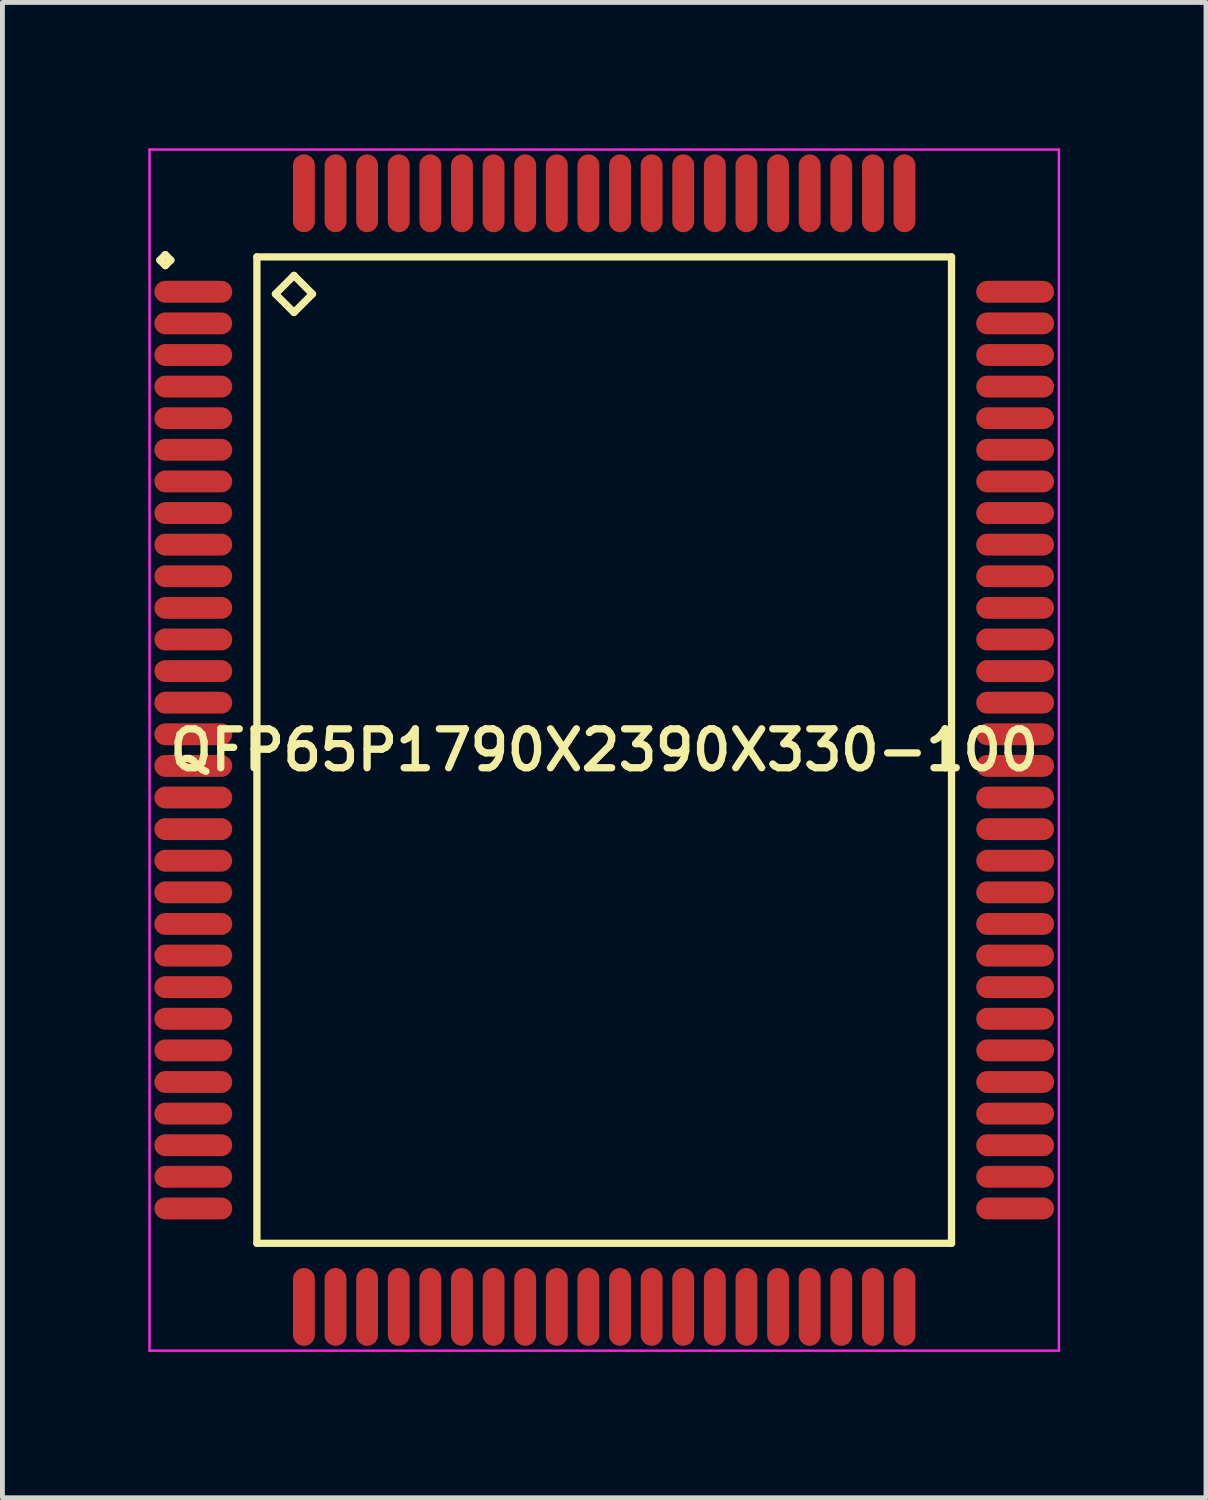
<source format=kicad_pcb>
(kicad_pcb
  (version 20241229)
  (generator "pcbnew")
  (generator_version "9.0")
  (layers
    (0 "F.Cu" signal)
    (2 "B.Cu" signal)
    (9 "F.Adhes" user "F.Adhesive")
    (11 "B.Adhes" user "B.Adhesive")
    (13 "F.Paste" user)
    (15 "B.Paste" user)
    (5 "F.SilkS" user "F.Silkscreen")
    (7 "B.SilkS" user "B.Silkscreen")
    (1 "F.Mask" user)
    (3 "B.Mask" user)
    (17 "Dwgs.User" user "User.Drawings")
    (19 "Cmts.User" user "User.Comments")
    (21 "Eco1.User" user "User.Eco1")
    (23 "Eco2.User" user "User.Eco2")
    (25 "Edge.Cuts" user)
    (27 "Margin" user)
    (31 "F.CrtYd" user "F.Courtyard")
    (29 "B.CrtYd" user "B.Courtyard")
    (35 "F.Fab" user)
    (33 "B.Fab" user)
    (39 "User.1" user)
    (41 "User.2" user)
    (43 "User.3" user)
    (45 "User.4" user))
  (footprint "QFP65P1790X2390X330-100"
    (layer "F.Cu")
    (at 9.375 12.375)
    (property "Reference" "QFP65P1790X2390X330-100" (at 0 0 0) (layer "F.SilkS") (effects (font (size 0.8 0.8) (thickness 0.15))))
    (attr smd)
    (fp_line (start -9.137 -10.075) (end -9.025 -10.188) (stroke (width 0.15) (type solid)) (layer "F.SilkS"))
    (fp_line (start -9.025 -10.188) (end -8.912 -10.075) (stroke (width 0.15) (type solid)) (layer "F.SilkS"))
    (fp_line (start -9.025 -9.963) (end -9.137 -10.075) (stroke (width 0.15) (type solid)) (layer "F.SilkS"))
    (fp_line (start -8.912 -10.075) (end -9.025 -9.963) (stroke (width 0.15) (type solid)) (layer "F.SilkS"))
    (fp_line (start -7.142 -10.142) (end -7.142 10.142) (stroke (width 0.15) (type solid)) (layer "F.SilkS"))
    (fp_line (start -7.142 10.142) (end 7.142 10.142) (stroke (width 0.15) (type solid)) (layer "F.SilkS"))
    (fp_line (start -6.761 -9.38) (end -6.38 -9.761) (stroke (width 0.15) (type solid)) (layer "F.SilkS"))
    (fp_line (start -6.38 -9.761) (end -5.999 -9.38) (stroke (width 0.15) (type solid)) (layer "F.SilkS"))
    (fp_line (start -6.38 -8.999) (end -6.761 -9.38) (stroke (width 0.15) (type solid)) (layer "F.SilkS"))
    (fp_line (start -5.999 -9.38) (end -6.38 -8.999) (stroke (width 0.15) (type solid)) (layer "F.SilkS"))
    (fp_line (start 7.142 -10.142) (end -7.142 -10.142) (stroke (width 0.15) (type solid)) (layer "F.SilkS"))
    (fp_line (start 7.142 10.142) (end 7.142 -10.142) (stroke (width 0.15) (type solid)) (layer "F.SilkS"))
    (fp_line (start -9.35 -12.35) (end 9.35 -12.35) (stroke (width 0.05) (type solid)) (layer "F.CrtYd"))
    (fp_line (start -9.35 12.35) (end -9.35 -12.35) (stroke (width 0.05) (type solid)) (layer "F.CrtYd"))
    (fp_line (start 9.35 -12.35) (end 9.35 12.35) (stroke (width 0.05) (type solid)) (layer "F.CrtYd"))
    (fp_line (start 9.35 12.35) (end -9.35 12.35) (stroke (width 0.05) (type solid)) (layer "F.CrtYd"))
    (pad "1" smd oval (at -8.45 -9.425) (size 1.6 0.45) (layers "F.Cu" "F.Mask" "F.Paste"))
    (pad "2" smd oval (at -8.45 -8.775) (size 1.6 0.45) (layers "F.Cu" "F.Mask" "F.Paste"))
    (pad "3" smd oval (at -8.45 -8.125) (size 1.6 0.45) (layers "F.Cu" "F.Mask" "F.Paste"))
    (pad "4" smd oval (at -8.45 -7.475) (size 1.6 0.45) (layers "F.Cu" "F.Mask" "F.Paste"))
    (pad "5" smd oval (at -8.45 -6.825) (size 1.6 0.45) (layers "F.Cu" "F.Mask" "F.Paste"))
    (pad "6" smd oval (at -8.45 -6.175) (size 1.6 0.45) (layers "F.Cu" "F.Mask" "F.Paste"))
    (pad "7" smd oval (at -8.45 -5.525) (size 1.6 0.45) (layers "F.Cu" "F.Mask" "F.Paste"))
    (pad "8" smd oval (at -8.45 -4.875) (size 1.6 0.45) (layers "F.Cu" "F.Mask" "F.Paste"))
    (pad "9" smd oval (at -8.45 -4.225) (size 1.6 0.45) (layers "F.Cu" "F.Mask" "F.Paste"))
    (pad "10" smd oval (at -8.45 -3.575) (size 1.6 0.45) (layers "F.Cu" "F.Mask" "F.Paste"))
    (pad "11" smd oval (at -8.45 -2.925) (size 1.6 0.45) (layers "F.Cu" "F.Mask" "F.Paste"))
    (pad "12" smd oval (at -8.45 -2.275) (size 1.6 0.45) (layers "F.Cu" "F.Mask" "F.Paste"))
    (pad "13" smd oval (at -8.45 -1.625) (size 1.6 0.45) (layers "F.Cu" "F.Mask" "F.Paste"))
    (pad "14" smd oval (at -8.45 -0.975) (size 1.6 0.45) (layers "F.Cu" "F.Mask" "F.Paste"))
    (pad "15" smd oval (at -8.45 -0.325) (size 1.6 0.45) (layers "F.Cu" "F.Mask" "F.Paste"))
    (pad "16" smd oval (at -8.45 0.325) (size 1.6 0.45) (layers "F.Cu" "F.Mask" "F.Paste"))
    (pad "17" smd oval (at -8.45 0.975) (size 1.6 0.45) (layers "F.Cu" "F.Mask" "F.Paste"))
    (pad "18" smd oval (at -8.45 1.625) (size 1.6 0.45) (layers "F.Cu" "F.Mask" "F.Paste"))
    (pad "19" smd oval (at -8.45 2.275) (size 1.6 0.45) (layers "F.Cu" "F.Mask" "F.Paste"))
    (pad "20" smd oval (at -8.45 2.925) (size 1.6 0.45) (layers "F.Cu" "F.Mask" "F.Paste"))
    (pad "21" smd oval (at -8.45 3.575) (size 1.6 0.45) (layers "F.Cu" "F.Mask" "F.Paste"))
    (pad "22" smd oval (at -8.45 4.225) (size 1.6 0.45) (layers "F.Cu" "F.Mask" "F.Paste"))
    (pad "23" smd oval (at -8.45 4.875) (size 1.6 0.45) (layers "F.Cu" "F.Mask" "F.Paste"))
    (pad "24" smd oval (at -8.45 5.525) (size 1.6 0.45) (layers "F.Cu" "F.Mask" "F.Paste"))
    (pad "25" smd oval (at -8.45 6.175) (size 1.6 0.45) (layers "F.Cu" "F.Mask" "F.Paste"))
    (pad "26" smd oval (at -8.45 6.825) (size 1.6 0.45) (layers "F.Cu" "F.Mask" "F.Paste"))
    (pad "27" smd oval (at -8.45 7.475) (size 1.6 0.45) (layers "F.Cu" "F.Mask" "F.Paste"))
    (pad "28" smd oval (at -8.45 8.125) (size 1.6 0.45) (layers "F.Cu" "F.Mask" "F.Paste"))
    (pad "29" smd oval (at -8.45 8.775) (size 1.6 0.45) (layers "F.Cu" "F.Mask" "F.Paste"))
    (pad "30" smd oval (at -8.45 9.425) (size 1.6 0.45) (layers "F.Cu" "F.Mask" "F.Paste"))
    (pad "31" smd oval (at -6.175 11.45) (size 0.45 1.6) (layers "F.Cu" "F.Mask" "F.Paste"))
    (pad "32" smd oval (at -5.525 11.45) (size 0.45 1.6) (layers "F.Cu" "F.Mask" "F.Paste"))
    (pad "33" smd oval (at -4.875 11.45) (size 0.45 1.6) (layers "F.Cu" "F.Mask" "F.Paste"))
    (pad "34" smd oval (at -4.225 11.45) (size 0.45 1.6) (layers "F.Cu" "F.Mask" "F.Paste"))
    (pad "35" smd oval (at -3.575 11.45) (size 0.45 1.6) (layers "F.Cu" "F.Mask" "F.Paste"))
    (pad "36" smd oval (at -2.925 11.45) (size 0.45 1.6) (layers "F.Cu" "F.Mask" "F.Paste"))
    (pad "37" smd oval (at -2.275 11.45) (size 0.45 1.6) (layers "F.Cu" "F.Mask" "F.Paste"))
    (pad "38" smd oval (at -1.625 11.45) (size 0.45 1.6) (layers "F.Cu" "F.Mask" "F.Paste"))
    (pad "39" smd oval (at -0.975 11.45) (size 0.45 1.6) (layers "F.Cu" "F.Mask" "F.Paste"))
    (pad "40" smd oval (at -0.325 11.45) (size 0.45 1.6) (layers "F.Cu" "F.Mask" "F.Paste"))
    (pad "41" smd oval (at 0.325 11.45) (size 0.45 1.6) (layers "F.Cu" "F.Mask" "F.Paste"))
    (pad "42" smd oval (at 0.975 11.45) (size 0.45 1.6) (layers "F.Cu" "F.Mask" "F.Paste"))
    (pad "43" smd oval (at 1.625 11.45) (size 0.45 1.6) (layers "F.Cu" "F.Mask" "F.Paste"))
    (pad "44" smd oval (at 2.275 11.45) (size 0.45 1.6) (layers "F.Cu" "F.Mask" "F.Paste"))
    (pad "45" smd oval (at 2.925 11.45) (size 0.45 1.6) (layers "F.Cu" "F.Mask" "F.Paste"))
    (pad "46" smd oval (at 3.575 11.45) (size 0.45 1.6) (layers "F.Cu" "F.Mask" "F.Paste"))
    (pad "47" smd oval (at 4.225 11.45) (size 0.45 1.6) (layers "F.Cu" "F.Mask" "F.Paste"))
    (pad "48" smd oval (at 4.875 11.45) (size 0.45 1.6) (layers "F.Cu" "F.Mask" "F.Paste"))
    (pad "49" smd oval (at 5.525 11.45) (size 0.45 1.6) (layers "F.Cu" "F.Mask" "F.Paste"))
    (pad "50" smd oval (at 6.175 11.45) (size 0.45 1.6) (layers "F.Cu" "F.Mask" "F.Paste"))
    (pad "51" smd oval (at 8.45 9.425) (size 1.6 0.45) (layers "F.Cu" "F.Mask" "F.Paste"))
    (pad "52" smd oval (at 8.45 8.775) (size 1.6 0.45) (layers "F.Cu" "F.Mask" "F.Paste"))
    (pad "53" smd oval (at 8.45 8.125) (size 1.6 0.45) (layers "F.Cu" "F.Mask" "F.Paste"))
    (pad "54" smd oval (at 8.45 7.475) (size 1.6 0.45) (layers "F.Cu" "F.Mask" "F.Paste"))
    (pad "55" smd oval (at 8.45 6.825) (size 1.6 0.45) (layers "F.Cu" "F.Mask" "F.Paste"))
    (pad "56" smd oval (at 8.45 6.175) (size 1.6 0.45) (layers "F.Cu" "F.Mask" "F.Paste"))
    (pad "57" smd oval (at 8.45 5.525) (size 1.6 0.45) (layers "F.Cu" "F.Mask" "F.Paste"))
    (pad "58" smd oval (at 8.45 4.875) (size 1.6 0.45) (layers "F.Cu" "F.Mask" "F.Paste"))
    (pad "59" smd oval (at 8.45 4.225) (size 1.6 0.45) (layers "F.Cu" "F.Mask" "F.Paste"))
    (pad "60" smd oval (at 8.45 3.575) (size 1.6 0.45) (layers "F.Cu" "F.Mask" "F.Paste"))
    (pad "61" smd oval (at 8.45 2.925) (size 1.6 0.45) (layers "F.Cu" "F.Mask" "F.Paste"))
    (pad "62" smd oval (at 8.45 2.275) (size 1.6 0.45) (layers "F.Cu" "F.Mask" "F.Paste"))
    (pad "63" smd oval (at 8.45 1.625) (size 1.6 0.45) (layers "F.Cu" "F.Mask" "F.Paste"))
    (pad "64" smd oval (at 8.45 0.975) (size 1.6 0.45) (layers "F.Cu" "F.Mask" "F.Paste"))
    (pad "65" smd oval (at 8.45 0.325) (size 1.6 0.45) (layers "F.Cu" "F.Mask" "F.Paste"))
    (pad "66" smd oval (at 8.45 -0.325) (size 1.6 0.45) (layers "F.Cu" "F.Mask" "F.Paste"))
    (pad "67" smd oval (at 8.45 -0.975) (size 1.6 0.45) (layers "F.Cu" "F.Mask" "F.Paste"))
    (pad "68" smd oval (at 8.45 -1.625) (size 1.6 0.45) (layers "F.Cu" "F.Mask" "F.Paste"))
    (pad "69" smd oval (at 8.45 -2.275) (size 1.6 0.45) (layers "F.Cu" "F.Mask" "F.Paste"))
    (pad "70" smd oval (at 8.45 -2.925) (size 1.6 0.45) (layers "F.Cu" "F.Mask" "F.Paste"))
    (pad "71" smd oval (at 8.45 -3.575) (size 1.6 0.45) (layers "F.Cu" "F.Mask" "F.Paste"))
    (pad "72" smd oval (at 8.45 -4.225) (size 1.6 0.45) (layers "F.Cu" "F.Mask" "F.Paste"))
    (pad "73" smd oval (at 8.45 -4.875) (size 1.6 0.45) (layers "F.Cu" "F.Mask" "F.Paste"))
    (pad "74" smd oval (at 8.45 -5.525) (size 1.6 0.45) (layers "F.Cu" "F.Mask" "F.Paste"))
    (pad "75" smd oval (at 8.45 -6.175) (size 1.6 0.45) (layers "F.Cu" "F.Mask" "F.Paste"))
    (pad "76" smd oval (at 8.45 -6.825) (size 1.6 0.45) (layers "F.Cu" "F.Mask" "F.Paste"))
    (pad "77" smd oval (at 8.45 -7.475) (size 1.6 0.45) (layers "F.Cu" "F.Mask" "F.Paste"))
    (pad "78" smd oval (at 8.45 -8.125) (size 1.6 0.45) (layers "F.Cu" "F.Mask" "F.Paste"))
    (pad "79" smd oval (at 8.45 -8.775) (size 1.6 0.45) (layers "F.Cu" "F.Mask" "F.Paste"))
    (pad "80" smd oval (at 8.45 -9.425) (size 1.6 0.45) (layers "F.Cu" "F.Mask" "F.Paste"))
    (pad "81" smd oval (at 6.175 -11.45) (size 0.45 1.6) (layers "F.Cu" "F.Mask" "F.Paste"))
    (pad "82" smd oval (at 5.525 -11.45) (size 0.45 1.6) (layers "F.Cu" "F.Mask" "F.Paste"))
    (pad "83" smd oval (at 4.875 -11.45) (size 0.45 1.6) (layers "F.Cu" "F.Mask" "F.Paste"))
    (pad "84" smd oval (at 4.225 -11.45) (size 0.45 1.6) (layers "F.Cu" "F.Mask" "F.Paste"))
    (pad "85" smd oval (at 3.575 -11.45) (size 0.45 1.6) (layers "F.Cu" "F.Mask" "F.Paste"))
    (pad "86" smd oval (at 2.925 -11.45) (size 0.45 1.6) (layers "F.Cu" "F.Mask" "F.Paste"))
    (pad "87" smd oval (at 2.275 -11.45) (size 0.45 1.6) (layers "F.Cu" "F.Mask" "F.Paste"))
    (pad "88" smd oval (at 1.625 -11.45) (size 0.45 1.6) (layers "F.Cu" "F.Mask" "F.Paste"))
    (pad "89" smd oval (at 0.975 -11.45) (size 0.45 1.6) (layers "F.Cu" "F.Mask" "F.Paste"))
    (pad "90" smd oval (at 0.325 -11.45) (size 0.45 1.6) (layers "F.Cu" "F.Mask" "F.Paste"))
    (pad "91" smd oval (at -0.325 -11.45) (size 0.45 1.6) (layers "F.Cu" "F.Mask" "F.Paste"))
    (pad "92" smd oval (at -0.975 -11.45) (size 0.45 1.6) (layers "F.Cu" "F.Mask" "F.Paste"))
    (pad "93" smd oval (at -1.625 -11.45) (size 0.45 1.6) (layers "F.Cu" "F.Mask" "F.Paste"))
    (pad "94" smd oval (at -2.275 -11.45) (size 0.45 1.6) (layers "F.Cu" "F.Mask" "F.Paste"))
    (pad "95" smd oval (at -2.925 -11.45) (size 0.45 1.6) (layers "F.Cu" "F.Mask" "F.Paste"))
    (pad "96" smd oval (at -3.575 -11.45) (size 0.45 1.6) (layers "F.Cu" "F.Mask" "F.Paste"))
    (pad "97" smd oval (at -4.225 -11.45) (size 0.45 1.6) (layers "F.Cu" "F.Mask" "F.Paste"))
    (pad "98" smd oval (at -4.875 -11.45) (size 0.45 1.6) (layers "F.Cu" "F.Mask" "F.Paste"))
    (pad "99" smd oval (at -5.525 -11.45) (size 0.45 1.6) (layers "F.Cu" "F.Mask" "F.Paste"))
    (pad "100" smd oval (at -6.175 -11.45) (size 0.45 1.6) (layers "F.Cu" "F.Mask" "F.Paste")))
  (gr_rect
    (start -3 -3)
    (end 21.75 27.75)
    (stroke (width 0.1) (type default))
    (fill no)
    (layer "Edge.Cuts")))
</source>
